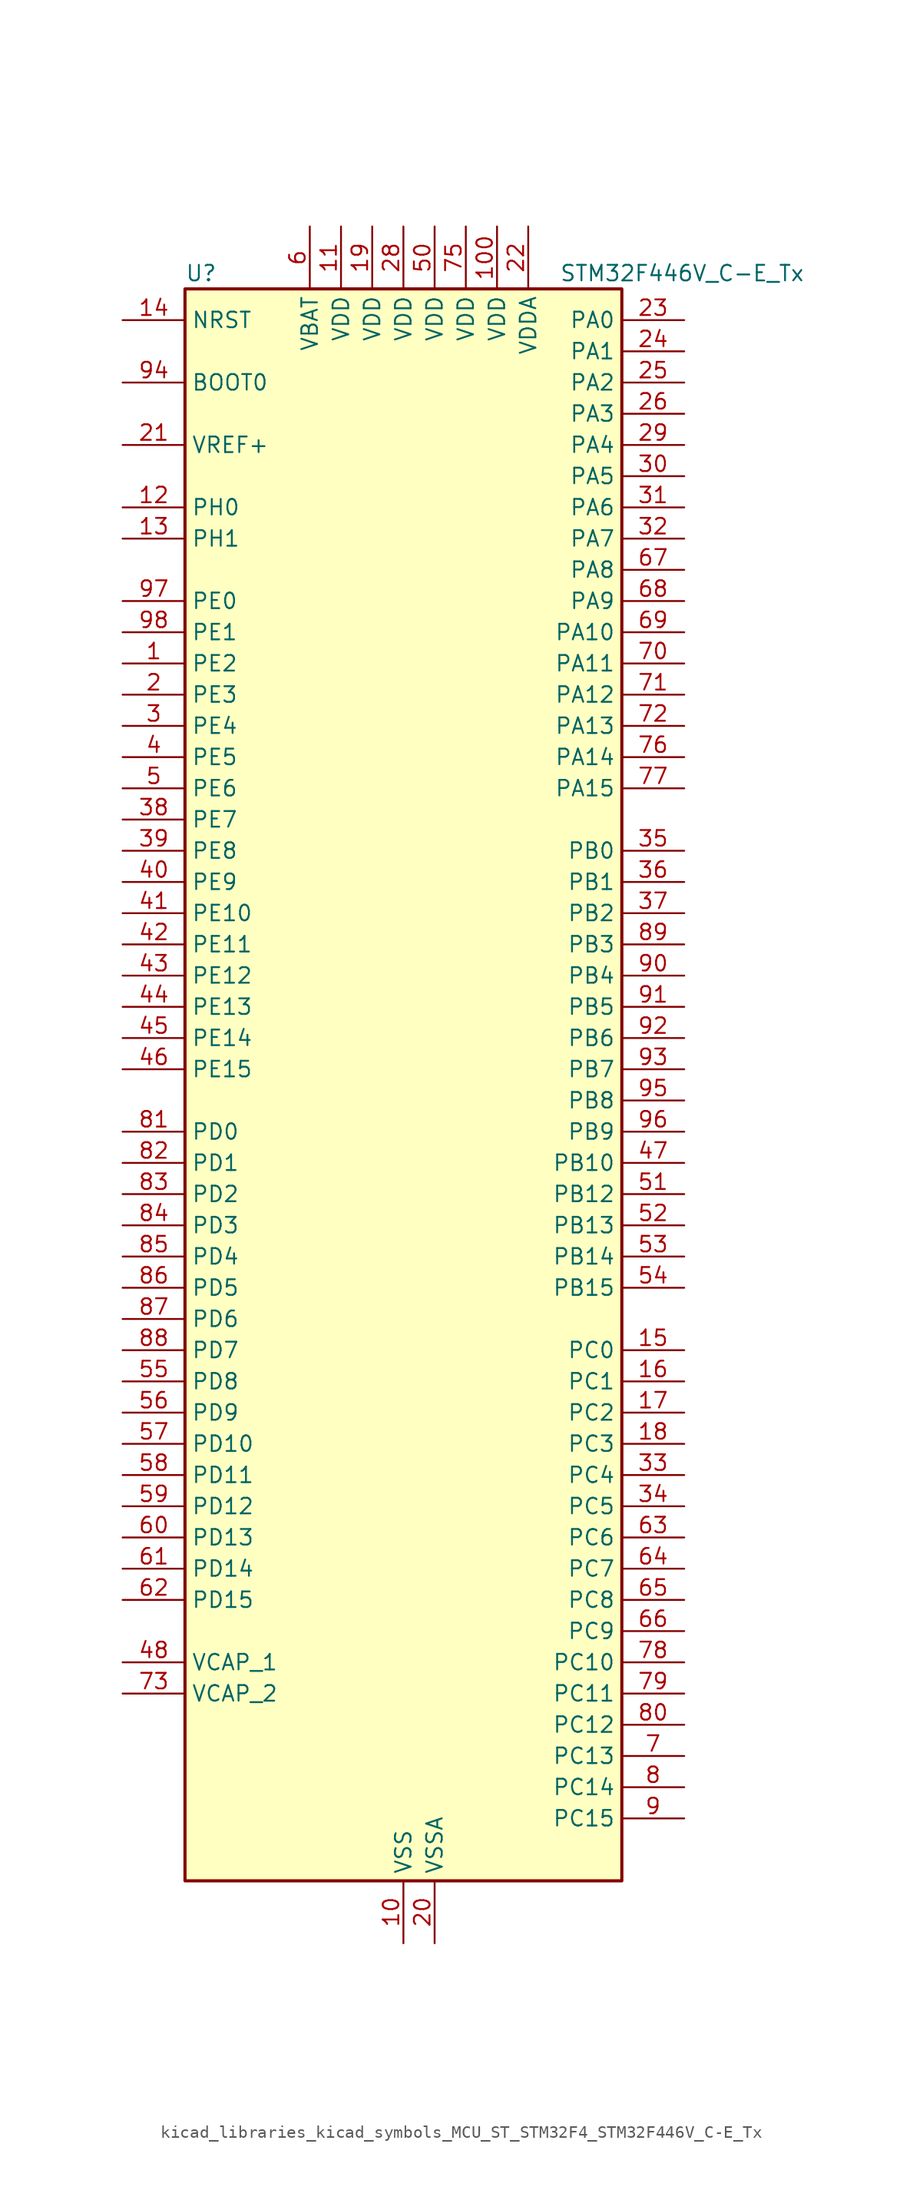
<source format=kicad_sym>
(kicad_symbol_lib
  (version 20220914)
  (generator kicad_symbol_editor)
  (symbol "kicad_libraries_kicad_symbols_MCU_ST_STM32F4_STM32F446V_C-E_Tx"
    (property "Reference" "U"
      (at -17.78 67.31 0)
      (effects (font (size 1.27 1.27)) (justify left)))
    (property "Value" "STM32F446V_C-E_Tx"
      (at 12.7 67.31 0)
      (effects (font (size 1.27 1.27)) (justify left)))
    (property "ki_locked" ""
      (at 0 0 0)
      (effects (font (size 1.27 1.27))))
    (symbol "kicad_libraries_kicad_symbols_MCU_ST_STM32F4_STM32F446V_C-E_Tx_0_1"
      (rectangle (start -17.78 -63.5) (end 17.78 66.04) (stroke (width 0.254) (type default)) (fill (type background))))
    (symbol "kicad_libraries_kicad_symbols_MCU_ST_STM32F4_STM32F446V_C-E_Tx_1_1"
      (pin bidirectional line (at -22.86 35.56 0) (length 5.08) (name "PE2" (effects (font (size 1.27 1.27)))) (number "1" (effects (font (size 1.27 1.27)))) (alternate "FMC_A23" bidirectional line) (alternate "QUADSPI_BK1_IO2" bidirectional line) (alternate "SAI1_MCLK_A" bidirectional line) (alternate "SPI4_SCK" bidirectional line) (alternate "SYS_TRACECLK" bidirectional line))
      (pin power_in line (at 0 -68.58 90) (length 5.08) (name "VSS" (effects (font (size 1.27 1.27)))) (number "10" (effects (font (size 1.27 1.27)))))
      (pin power_in line (at 7.62 71.12 270) (length 5.08) (name "VDD" (effects (font (size 1.27 1.27)))) (number "100" (effects (font (size 1.27 1.27)))))
      (pin power_in line (at -5.08 71.12 270) (length 5.08) (name "VDD" (effects (font (size 1.27 1.27)))) (number "11" (effects (font (size 1.27 1.27)))))
      (pin bidirectional line (at -22.86 48.26 0) (length 5.08) (name "PH0" (effects (font (size 1.27 1.27)))) (number "12" (effects (font (size 1.27 1.27)))) (alternate "RCC_OSC_IN" bidirectional line))
      (pin bidirectional line (at -22.86 45.72 0) (length 5.08) (name "PH1" (effects (font (size 1.27 1.27)))) (number "13" (effects (font (size 1.27 1.27)))) (alternate "RCC_OSC_OUT" bidirectional line))
      (pin input line (at -22.86 63.5 0) (length 5.08) (name "NRST" (effects (font (size 1.27 1.27)))) (number "14" (effects (font (size 1.27 1.27)))))
      (pin bidirectional line (at 22.86 -20.32 180) (length 5.08) (name "PC0" (effects (font (size 1.27 1.27)))) (number "15" (effects (font (size 1.27 1.27)))) (alternate "ADC1_IN10" bidirectional line) (alternate "ADC2_IN10" bidirectional line) (alternate "ADC3_IN10" bidirectional line) (alternate "FMC_SDNWE" bidirectional line) (alternate "SAI1_MCLK_B" bidirectional line) (alternate "USB_OTG_HS_ULPI_STP" bidirectional line))
      (pin bidirectional line (at 22.86 -22.86 180) (length 5.08) (name "PC1" (effects (font (size 1.27 1.27)))) (number "16" (effects (font (size 1.27 1.27)))) (alternate "ADC1_IN11" bidirectional line) (alternate "ADC2_IN11" bidirectional line) (alternate "ADC3_IN11" bidirectional line) (alternate "I2S2_SD" bidirectional line) (alternate "I2S3_SD" bidirectional line) (alternate "SAI1_SD_A" bidirectional line) (alternate "SPI2_MOSI" bidirectional line) (alternate "SPI3_MOSI" bidirectional line))
      (pin bidirectional line (at 22.86 -25.4 180) (length 5.08) (name "PC2" (effects (font (size 1.27 1.27)))) (number "17" (effects (font (size 1.27 1.27)))) (alternate "ADC1_IN12" bidirectional line) (alternate "ADC2_IN12" bidirectional line) (alternate "ADC3_IN12" bidirectional line) (alternate "FMC_SDNE0" bidirectional line) (alternate "SPI2_MISO" bidirectional line) (alternate "USB_OTG_HS_ULPI_DIR" bidirectional line))
      (pin bidirectional line (at 22.86 -27.94 180) (length 5.08) (name "PC3" (effects (font (size 1.27 1.27)))) (number "18" (effects (font (size 1.27 1.27)))) (alternate "ADC1_IN13" bidirectional line) (alternate "ADC2_IN13" bidirectional line) (alternate "ADC3_IN13" bidirectional line) (alternate "FMC_SDCKE0" bidirectional line) (alternate "I2S2_SD" bidirectional line) (alternate "SPI2_MOSI" bidirectional line) (alternate "USB_OTG_HS_ULPI_NXT" bidirectional line))
      (pin power_in line (at -2.54 71.12 270) (length 5.08) (name "VDD" (effects (font (size 1.27 1.27)))) (number "19" (effects (font (size 1.27 1.27)))))
      (pin bidirectional line (at -22.86 33.02 0) (length 5.08) (name "PE3" (effects (font (size 1.27 1.27)))) (number "2" (effects (font (size 1.27 1.27)))) (alternate "FMC_A19" bidirectional line) (alternate "SAI1_SD_B" bidirectional line) (alternate "SYS_TRACED0" bidirectional line))
      (pin power_in line (at 2.54 -68.58 90) (length 5.08) (name "VSSA" (effects (font (size 1.27 1.27)))) (number "20" (effects (font (size 1.27 1.27)))))
      (pin input line (at -22.86 53.34 0) (length 5.08) (name "VREF+" (effects (font (size 1.27 1.27)))) (number "21" (effects (font (size 1.27 1.27)))))
      (pin power_in line (at 10.16 71.12 270) (length 5.08) (name "VDDA" (effects (font (size 1.27 1.27)))) (number "22" (effects (font (size 1.27 1.27)))))
      (pin bidirectional line (at 22.86 63.5 180) (length 5.08) (name "PA0" (effects (font (size 1.27 1.27)))) (number "23" (effects (font (size 1.27 1.27)))) (alternate "ADC1_IN0" bidirectional line) (alternate "ADC2_IN0" bidirectional line) (alternate "ADC3_IN0" bidirectional line) (alternate "RTC_AF2" bidirectional line) (alternate "SYS_WKUP0" bidirectional line) (alternate "TIM2_CH1" bidirectional line) (alternate "TIM2_ETR" bidirectional line) (alternate "TIM5_CH1" bidirectional line) (alternate "TIM8_ETR" bidirectional line) (alternate "UART4_TX" bidirectional line) (alternate "USART2_CTS" bidirectional line))
      (pin bidirectional line (at 22.86 60.96 180) (length 5.08) (name "PA1" (effects (font (size 1.27 1.27)))) (number "24" (effects (font (size 1.27 1.27)))) (alternate "ADC1_IN1" bidirectional line) (alternate "ADC2_IN1" bidirectional line) (alternate "ADC3_IN1" bidirectional line) (alternate "QUADSPI_BK1_IO3" bidirectional line) (alternate "SAI2_MCLK_B" bidirectional line) (alternate "TIM2_CH2" bidirectional line) (alternate "TIM5_CH2" bidirectional line) (alternate "UART4_RX" bidirectional line) (alternate "USART2_RTS" bidirectional line))
      (pin bidirectional line (at 22.86 58.42 180) (length 5.08) (name "PA2" (effects (font (size 1.27 1.27)))) (number "25" (effects (font (size 1.27 1.27)))) (alternate "ADC1_IN2" bidirectional line) (alternate "ADC2_IN2" bidirectional line) (alternate "ADC3_IN2" bidirectional line) (alternate "SAI2_SCK_B" bidirectional line) (alternate "TIM2_CH3" bidirectional line) (alternate "TIM5_CH3" bidirectional line) (alternate "TIM9_CH1" bidirectional line) (alternate "USART2_TX" bidirectional line))
      (pin bidirectional line (at 22.86 55.88 180) (length 5.08) (name "PA3" (effects (font (size 1.27 1.27)))) (number "26" (effects (font (size 1.27 1.27)))) (alternate "ADC1_IN3" bidirectional line) (alternate "ADC2_IN3" bidirectional line) (alternate "ADC3_IN3" bidirectional line) (alternate "SAI1_FS_A" bidirectional line) (alternate "TIM2_CH4" bidirectional line) (alternate "TIM5_CH4" bidirectional line) (alternate "TIM9_CH2" bidirectional line) (alternate "USART2_RX" bidirectional line) (alternate "USB_OTG_HS_ULPI_D0" bidirectional line))
      (pin passive line (at 0 -68.58 90) (length 5.08) hide (name "VSS" (effects (font (size 1.27 1.27)))) (number "27" (effects (font (size 1.27 1.27)))))
      (pin power_in line (at 0 71.12 270) (length 5.08) (name "VDD" (effects (font (size 1.27 1.27)))) (number "28" (effects (font (size 1.27 1.27)))))
      (pin bidirectional line (at 22.86 53.34 180) (length 5.08) (name "PA4" (effects (font (size 1.27 1.27)))) (number "29" (effects (font (size 1.27 1.27)))) (alternate "ADC1_IN4" bidirectional line) (alternate "ADC2_IN4" bidirectional line) (alternate "DAC_OUT1" bidirectional line) (alternate "DCMI_HSYNC" bidirectional line) (alternate "I2S1_WS" bidirectional line) (alternate "I2S3_WS" bidirectional line) (alternate "SPI1_NSS" bidirectional line) (alternate "SPI3_NSS" bidirectional line) (alternate "USART2_CK" bidirectional line) (alternate "USB_OTG_HS_SOF" bidirectional line))
      (pin bidirectional line (at -22.86 30.48 0) (length 5.08) (name "PE4" (effects (font (size 1.27 1.27)))) (number "3" (effects (font (size 1.27 1.27)))) (alternate "DCMI_D4" bidirectional line) (alternate "FMC_A20" bidirectional line) (alternate "SAI1_FS_A" bidirectional line) (alternate "SPI4_NSS" bidirectional line) (alternate "SYS_TRACED1" bidirectional line))
      (pin bidirectional line (at 22.86 50.8 180) (length 5.08) (name "PA5" (effects (font (size 1.27 1.27)))) (number "30" (effects (font (size 1.27 1.27)))) (alternate "ADC1_IN5" bidirectional line) (alternate "ADC2_IN5" bidirectional line) (alternate "DAC_OUT2" bidirectional line) (alternate "I2S1_CK" bidirectional line) (alternate "SPI1_SCK" bidirectional line) (alternate "TIM2_CH1" bidirectional line) (alternate "TIM2_ETR" bidirectional line) (alternate "TIM8_CH1N" bidirectional line) (alternate "USB_OTG_HS_ULPI_CK" bidirectional line))
      (pin bidirectional line (at 22.86 48.26 180) (length 5.08) (name "PA6" (effects (font (size 1.27 1.27)))) (number "31" (effects (font (size 1.27 1.27)))) (alternate "ADC1_IN6" bidirectional line) (alternate "ADC2_IN6" bidirectional line) (alternate "DCMI_PIXCLK" bidirectional line) (alternate "I2S2_MCK" bidirectional line) (alternate "SPI1_MISO" bidirectional line) (alternate "TIM13_CH1" bidirectional line) (alternate "TIM1_BKIN" bidirectional line) (alternate "TIM3_CH1" bidirectional line) (alternate "TIM8_BKIN" bidirectional line))
      (pin bidirectional line (at 22.86 45.72 180) (length 5.08) (name "PA7" (effects (font (size 1.27 1.27)))) (number "32" (effects (font (size 1.27 1.27)))) (alternate "ADC1_IN7" bidirectional line) (alternate "ADC2_IN7" bidirectional line) (alternate "FMC_SDNWE" bidirectional line) (alternate "I2S1_SD" bidirectional line) (alternate "SPI1_MOSI" bidirectional line) (alternate "TIM14_CH1" bidirectional line) (alternate "TIM1_CH1N" bidirectional line) (alternate "TIM3_CH2" bidirectional line) (alternate "TIM8_CH1N" bidirectional line))
      (pin bidirectional line (at 22.86 -30.48 180) (length 5.08) (name "PC4" (effects (font (size 1.27 1.27)))) (number "33" (effects (font (size 1.27 1.27)))) (alternate "ADC1_IN14" bidirectional line) (alternate "ADC2_IN14" bidirectional line) (alternate "FMC_SDNE0" bidirectional line) (alternate "I2S1_MCK" bidirectional line) (alternate "SPDIFRX_IN2" bidirectional line))
      (pin bidirectional line (at 22.86 -33.02 180) (length 5.08) (name "PC5" (effects (font (size 1.27 1.27)))) (number "34" (effects (font (size 1.27 1.27)))) (alternate "ADC1_IN15" bidirectional line) (alternate "ADC2_IN15" bidirectional line) (alternate "FMC_SDCKE0" bidirectional line) (alternate "SPDIFRX_IN3" bidirectional line) (alternate "USART3_RX" bidirectional line))
      (pin bidirectional line (at 22.86 20.32 180) (length 5.08) (name "PB0" (effects (font (size 1.27 1.27)))) (number "35" (effects (font (size 1.27 1.27)))) (alternate "ADC1_IN8" bidirectional line) (alternate "ADC2_IN8" bidirectional line) (alternate "I2S3_SD" bidirectional line) (alternate "SDIO_D1" bidirectional line) (alternate "SPI3_MOSI" bidirectional line) (alternate "TIM1_CH2N" bidirectional line) (alternate "TIM3_CH3" bidirectional line) (alternate "TIM8_CH2N" bidirectional line) (alternate "UART4_CTS" bidirectional line) (alternate "USB_OTG_HS_ULPI_D1" bidirectional line))
      (pin bidirectional line (at 22.86 17.78 180) (length 5.08) (name "PB1" (effects (font (size 1.27 1.27)))) (number "36" (effects (font (size 1.27 1.27)))) (alternate "ADC1_IN9" bidirectional line) (alternate "ADC2_IN9" bidirectional line) (alternate "SDIO_D2" bidirectional line) (alternate "TIM1_CH3N" bidirectional line) (alternate "TIM3_CH4" bidirectional line) (alternate "TIM8_CH3N" bidirectional line) (alternate "USB_OTG_HS_ULPI_D2" bidirectional line))
      (pin bidirectional line (at 22.86 15.24 180) (length 5.08) (name "PB2" (effects (font (size 1.27 1.27)))) (number "37" (effects (font (size 1.27 1.27)))) (alternate "I2S3_SD" bidirectional line) (alternate "QUADSPI_CLK" bidirectional line) (alternate "SAI1_SD_A" bidirectional line) (alternate "SDIO_CK" bidirectional line) (alternate "SPI3_MOSI" bidirectional line) (alternate "TIM2_CH4" bidirectional line) (alternate "USB_OTG_HS_ULPI_D4" bidirectional line))
      (pin bidirectional line (at -22.86 22.86 0) (length 5.08) (name "PE7" (effects (font (size 1.27 1.27)))) (number "38" (effects (font (size 1.27 1.27)))) (alternate "FMC_D4" bidirectional line) (alternate "FMC_DA4" bidirectional line) (alternate "QUADSPI_BK2_IO0" bidirectional line) (alternate "TIM1_ETR" bidirectional line) (alternate "UART5_RX" bidirectional line))
      (pin bidirectional line (at -22.86 20.32 0) (length 5.08) (name "PE8" (effects (font (size 1.27 1.27)))) (number "39" (effects (font (size 1.27 1.27)))) (alternate "FMC_D5" bidirectional line) (alternate "FMC_DA5" bidirectional line) (alternate "QUADSPI_BK2_IO1" bidirectional line) (alternate "TIM1_CH1N" bidirectional line) (alternate "UART5_TX" bidirectional line))
      (pin bidirectional line (at -22.86 27.94 0) (length 5.08) (name "PE5" (effects (font (size 1.27 1.27)))) (number "4" (effects (font (size 1.27 1.27)))) (alternate "DCMI_D6" bidirectional line) (alternate "FMC_A21" bidirectional line) (alternate "SAI1_SCK_A" bidirectional line) (alternate "SPI4_MISO" bidirectional line) (alternate "SYS_TRACED2" bidirectional line) (alternate "TIM9_CH1" bidirectional line))
      (pin bidirectional line (at -22.86 17.78 0) (length 5.08) (name "PE9" (effects (font (size 1.27 1.27)))) (number "40" (effects (font (size 1.27 1.27)))) (alternate "DAC_EXTI9" bidirectional line) (alternate "FMC_D6" bidirectional line) (alternate "FMC_DA6" bidirectional line) (alternate "QUADSPI_BK2_IO2" bidirectional line) (alternate "TIM1_CH1" bidirectional line))
      (pin bidirectional line (at -22.86 15.24 0) (length 5.08) (name "PE10" (effects (font (size 1.27 1.27)))) (number "41" (effects (font (size 1.27 1.27)))) (alternate "FMC_D7" bidirectional line) (alternate "FMC_DA7" bidirectional line) (alternate "QUADSPI_BK2_IO3" bidirectional line) (alternate "TIM1_CH2N" bidirectional line))
      (pin bidirectional line (at -22.86 12.7 0) (length 5.08) (name "PE11" (effects (font (size 1.27 1.27)))) (number "42" (effects (font (size 1.27 1.27)))) (alternate "ADC1_EXTI11" bidirectional line) (alternate "ADC2_EXTI11" bidirectional line) (alternate "ADC3_EXTI11" bidirectional line) (alternate "FMC_D8" bidirectional line) (alternate "FMC_DA8" bidirectional line) (alternate "SAI2_SD_B" bidirectional line) (alternate "SPI4_NSS" bidirectional line) (alternate "TIM1_CH2" bidirectional line))
      (pin bidirectional line (at -22.86 10.16 0) (length 5.08) (name "PE12" (effects (font (size 1.27 1.27)))) (number "43" (effects (font (size 1.27 1.27)))) (alternate "FMC_D9" bidirectional line) (alternate "FMC_DA9" bidirectional line) (alternate "SAI2_SCK_B" bidirectional line) (alternate "SPI4_SCK" bidirectional line) (alternate "TIM1_CH3N" bidirectional line))
      (pin bidirectional line (at -22.86 7.62 0) (length 5.08) (name "PE13" (effects (font (size 1.27 1.27)))) (number "44" (effects (font (size 1.27 1.27)))) (alternate "FMC_D10" bidirectional line) (alternate "FMC_DA10" bidirectional line) (alternate "SAI2_FS_B" bidirectional line) (alternate "SPI4_MISO" bidirectional line) (alternate "TIM1_CH3" bidirectional line))
      (pin bidirectional line (at -22.86 5.08 0) (length 5.08) (name "PE14" (effects (font (size 1.27 1.27)))) (number "45" (effects (font (size 1.27 1.27)))) (alternate "FMC_D11" bidirectional line) (alternate "FMC_DA11" bidirectional line) (alternate "SAI2_MCLK_B" bidirectional line) (alternate "SPI4_MOSI" bidirectional line) (alternate "TIM1_CH4" bidirectional line))
      (pin bidirectional line (at -22.86 2.54 0) (length 5.08) (name "PE15" (effects (font (size 1.27 1.27)))) (number "46" (effects (font (size 1.27 1.27)))) (alternate "ADC1_EXTI15" bidirectional line) (alternate "ADC2_EXTI15" bidirectional line) (alternate "ADC3_EXTI15" bidirectional line) (alternate "FMC_D12" bidirectional line) (alternate "FMC_DA12" bidirectional line) (alternate "TIM1_BKIN" bidirectional line))
      (pin bidirectional line (at 22.86 -5.08 180) (length 5.08) (name "PB10" (effects (font (size 1.27 1.27)))) (number "47" (effects (font (size 1.27 1.27)))) (alternate "I2C2_SCL" bidirectional line) (alternate "I2S2_CK" bidirectional line) (alternate "SAI1_SCK_A" bidirectional line) (alternate "SPI2_SCK" bidirectional line) (alternate "TIM2_CH3" bidirectional line) (alternate "USART3_TX" bidirectional line) (alternate "USB_OTG_HS_ULPI_D3" bidirectional line))
      (pin power_out line (at -22.86 -45.72 0) (length 5.08) (name "VCAP_1" (effects (font (size 1.27 1.27)))) (number "48" (effects (font (size 1.27 1.27)))))
      (pin passive line (at 0 -68.58 90) (length 5.08) hide (name "VSS" (effects (font (size 1.27 1.27)))) (number "49" (effects (font (size 1.27 1.27)))))
      (pin bidirectional line (at -22.86 25.4 0) (length 5.08) (name "PE6" (effects (font (size 1.27 1.27)))) (number "5" (effects (font (size 1.27 1.27)))) (alternate "DCMI_D7" bidirectional line) (alternate "FMC_A22" bidirectional line) (alternate "SAI1_SD_A" bidirectional line) (alternate "SPI4_MOSI" bidirectional line) (alternate "SYS_TRACED3" bidirectional line) (alternate "TIM9_CH2" bidirectional line))
      (pin power_in line (at 2.54 71.12 270) (length 5.08) (name "VDD" (effects (font (size 1.27 1.27)))) (number "50" (effects (font (size 1.27 1.27)))))
      (pin bidirectional line (at 22.86 -7.62 180) (length 5.08) (name "PB12" (effects (font (size 1.27 1.27)))) (number "51" (effects (font (size 1.27 1.27)))) (alternate "CAN2_RX" bidirectional line) (alternate "I2C2_SMBA" bidirectional line) (alternate "I2S2_WS" bidirectional line) (alternate "SAI1_SCK_B" bidirectional line) (alternate "SPI2_NSS" bidirectional line) (alternate "TIM1_BKIN" bidirectional line) (alternate "USART3_CK" bidirectional line) (alternate "USB_OTG_HS_ID" bidirectional line) (alternate "USB_OTG_HS_ULPI_D5" bidirectional line))
      (pin bidirectional line (at 22.86 -10.16 180) (length 5.08) (name "PB13" (effects (font (size 1.27 1.27)))) (number "52" (effects (font (size 1.27 1.27)))) (alternate "CAN2_TX" bidirectional line) (alternate "I2S2_CK" bidirectional line) (alternate "SPI2_SCK" bidirectional line) (alternate "TIM1_CH1N" bidirectional line) (alternate "USART3_CTS" bidirectional line) (alternate "USB_OTG_HS_ULPI_D6" bidirectional line) (alternate "USB_OTG_HS_VBUS" bidirectional line))
      (pin bidirectional line (at 22.86 -12.7 180) (length 5.08) (name "PB14" (effects (font (size 1.27 1.27)))) (number "53" (effects (font (size 1.27 1.27)))) (alternate "SPI2_MISO" bidirectional line) (alternate "TIM12_CH1" bidirectional line) (alternate "TIM1_CH2N" bidirectional line) (alternate "TIM8_CH2N" bidirectional line) (alternate "USART3_RTS" bidirectional line) (alternate "USB_OTG_HS_DM" bidirectional line))
      (pin bidirectional line (at 22.86 -15.24 180) (length 5.08) (name "PB15" (effects (font (size 1.27 1.27)))) (number "54" (effects (font (size 1.27 1.27)))) (alternate "ADC1_EXTI15" bidirectional line) (alternate "ADC2_EXTI15" bidirectional line) (alternate "ADC3_EXTI15" bidirectional line) (alternate "I2S2_SD" bidirectional line) (alternate "RTC_REFIN" bidirectional line) (alternate "SPI2_MOSI" bidirectional line) (alternate "TIM12_CH2" bidirectional line) (alternate "TIM1_CH3N" bidirectional line) (alternate "TIM8_CH3N" bidirectional line) (alternate "USB_OTG_HS_DP" bidirectional line))
      (pin bidirectional line (at -22.86 -22.86 0) (length 5.08) (name "PD8" (effects (font (size 1.27 1.27)))) (number "55" (effects (font (size 1.27 1.27)))) (alternate "FMC_D13" bidirectional line) (alternate "FMC_DA13" bidirectional line) (alternate "SPDIFRX_IN1" bidirectional line) (alternate "USART3_TX" bidirectional line))
      (pin bidirectional line (at -22.86 -25.4 0) (length 5.08) (name "PD9" (effects (font (size 1.27 1.27)))) (number "56" (effects (font (size 1.27 1.27)))) (alternate "DAC_EXTI9" bidirectional line) (alternate "FMC_D14" bidirectional line) (alternate "FMC_DA14" bidirectional line) (alternate "USART3_RX" bidirectional line))
      (pin bidirectional line (at -22.86 -27.94 0) (length 5.08) (name "PD10" (effects (font (size 1.27 1.27)))) (number "57" (effects (font (size 1.27 1.27)))) (alternate "FMC_D15" bidirectional line) (alternate "FMC_DA15" bidirectional line) (alternate "USART3_CK" bidirectional line))
      (pin bidirectional line (at -22.86 -30.48 0) (length 5.08) (name "PD11" (effects (font (size 1.27 1.27)))) (number "58" (effects (font (size 1.27 1.27)))) (alternate "ADC1_EXTI11" bidirectional line) (alternate "ADC2_EXTI11" bidirectional line) (alternate "ADC3_EXTI11" bidirectional line) (alternate "FMC_A16" bidirectional line) (alternate "FMPI2C1_SMBA" bidirectional line) (alternate "QUADSPI_BK1_IO0" bidirectional line) (alternate "SAI2_SD_A" bidirectional line) (alternate "USART3_CTS" bidirectional line))
      (pin bidirectional line (at -22.86 -33.02 0) (length 5.08) (name "PD12" (effects (font (size 1.27 1.27)))) (number "59" (effects (font (size 1.27 1.27)))) (alternate "FMC_A17" bidirectional line) (alternate "FMPI2C1_SCL" bidirectional line) (alternate "QUADSPI_BK1_IO1" bidirectional line) (alternate "SAI2_FS_A" bidirectional line) (alternate "TIM4_CH1" bidirectional line) (alternate "USART3_RTS" bidirectional line))
      (pin power_in line (at -7.62 71.12 270) (length 5.08) (name "VBAT" (effects (font (size 1.27 1.27)))) (number "6" (effects (font (size 1.27 1.27)))))
      (pin bidirectional line (at -22.86 -35.56 0) (length 5.08) (name "PD13" (effects (font (size 1.27 1.27)))) (number "60" (effects (font (size 1.27 1.27)))) (alternate "FMC_A18" bidirectional line) (alternate "FMPI2C1_SDA" bidirectional line) (alternate "QUADSPI_BK1_IO3" bidirectional line) (alternate "SAI2_SCK_A" bidirectional line) (alternate "TIM4_CH2" bidirectional line))
      (pin bidirectional line (at -22.86 -38.1 0) (length 5.08) (name "PD14" (effects (font (size 1.27 1.27)))) (number "61" (effects (font (size 1.27 1.27)))) (alternate "FMC_D0" bidirectional line) (alternate "FMC_DA0" bidirectional line) (alternate "FMPI2C1_SCL" bidirectional line) (alternate "SAI2_SCK_A" bidirectional line) (alternate "TIM4_CH3" bidirectional line))
      (pin bidirectional line (at -22.86 -40.64 0) (length 5.08) (name "PD15" (effects (font (size 1.27 1.27)))) (number "62" (effects (font (size 1.27 1.27)))) (alternate "ADC1_EXTI15" bidirectional line) (alternate "ADC2_EXTI15" bidirectional line) (alternate "ADC3_EXTI15" bidirectional line) (alternate "FMC_D1" bidirectional line) (alternate "FMC_DA1" bidirectional line) (alternate "FMPI2C1_SDA" bidirectional line) (alternate "TIM4_CH4" bidirectional line))
      (pin bidirectional line (at 22.86 -35.56 180) (length 5.08) (name "PC6" (effects (font (size 1.27 1.27)))) (number "63" (effects (font (size 1.27 1.27)))) (alternate "DCMI_D0" bidirectional line) (alternate "FMPI2C1_SCL" bidirectional line) (alternate "I2S2_MCK" bidirectional line) (alternate "SDIO_D6" bidirectional line) (alternate "TIM3_CH1" bidirectional line) (alternate "TIM8_CH1" bidirectional line) (alternate "USART6_TX" bidirectional line))
      (pin bidirectional line (at 22.86 -38.1 180) (length 5.08) (name "PC7" (effects (font (size 1.27 1.27)))) (number "64" (effects (font (size 1.27 1.27)))) (alternate "DCMI_D1" bidirectional line) (alternate "FMPI2C1_SDA" bidirectional line) (alternate "I2S2_CK" bidirectional line) (alternate "I2S3_MCK" bidirectional line) (alternate "SDIO_D7" bidirectional line) (alternate "SPDIFRX_IN1" bidirectional line) (alternate "SPI2_SCK" bidirectional line) (alternate "TIM3_CH2" bidirectional line) (alternate "TIM8_CH2" bidirectional line) (alternate "USART6_RX" bidirectional line))
      (pin bidirectional line (at 22.86 -40.64 180) (length 5.08) (name "PC8" (effects (font (size 1.27 1.27)))) (number "65" (effects (font (size 1.27 1.27)))) (alternate "DCMI_D2" bidirectional line) (alternate "SDIO_D0" bidirectional line) (alternate "SYS_TRACED0" bidirectional line) (alternate "TIM3_CH3" bidirectional line) (alternate "TIM8_CH3" bidirectional line) (alternate "UART5_RTS" bidirectional line) (alternate "USART6_CK" bidirectional line))
      (pin bidirectional line (at 22.86 -43.18 180) (length 5.08) (name "PC9" (effects (font (size 1.27 1.27)))) (number "66" (effects (font (size 1.27 1.27)))) (alternate "DAC_EXTI9" bidirectional line) (alternate "DCMI_D3" bidirectional line) (alternate "I2C3_SDA" bidirectional line) (alternate "I2S_CKIN" bidirectional line) (alternate "QUADSPI_BK1_IO0" bidirectional line) (alternate "RCC_MCO_2" bidirectional line) (alternate "SDIO_D1" bidirectional line) (alternate "TIM3_CH4" bidirectional line) (alternate "TIM8_CH4" bidirectional line) (alternate "UART5_CTS" bidirectional line))
      (pin bidirectional line (at 22.86 43.18 180) (length 5.08) (name "PA8" (effects (font (size 1.27 1.27)))) (number "67" (effects (font (size 1.27 1.27)))) (alternate "I2C3_SCL" bidirectional line) (alternate "RCC_MCO_1" bidirectional line) (alternate "TIM1_CH1" bidirectional line) (alternate "USART1_CK" bidirectional line) (alternate "USB_OTG_FS_SOF" bidirectional line))
      (pin bidirectional line (at 22.86 40.64 180) (length 5.08) (name "PA9" (effects (font (size 1.27 1.27)))) (number "68" (effects (font (size 1.27 1.27)))) (alternate "DAC_EXTI9" bidirectional line) (alternate "DCMI_D0" bidirectional line) (alternate "I2C3_SMBA" bidirectional line) (alternate "I2S2_CK" bidirectional line) (alternate "SAI1_SD_B" bidirectional line) (alternate "SPI2_SCK" bidirectional line) (alternate "TIM1_CH2" bidirectional line) (alternate "USART1_TX" bidirectional line) (alternate "USB_OTG_FS_VBUS" bidirectional line))
      (pin bidirectional line (at 22.86 38.1 180) (length 5.08) (name "PA10" (effects (font (size 1.27 1.27)))) (number "69" (effects (font (size 1.27 1.27)))) (alternate "DCMI_D1" bidirectional line) (alternate "TIM1_CH3" bidirectional line) (alternate "USART1_RX" bidirectional line) (alternate "USB_OTG_FS_ID" bidirectional line))
      (pin bidirectional line (at 22.86 -53.34 180) (length 5.08) (name "PC13" (effects (font (size 1.27 1.27)))) (number "7" (effects (font (size 1.27 1.27)))) (alternate "RTC_AF1" bidirectional line) (alternate "SYS_WKUP1" bidirectional line))
      (pin bidirectional line (at 22.86 35.56 180) (length 5.08) (name "PA11" (effects (font (size 1.27 1.27)))) (number "70" (effects (font (size 1.27 1.27)))) (alternate "ADC1_EXTI11" bidirectional line) (alternate "ADC2_EXTI11" bidirectional line) (alternate "ADC3_EXTI11" bidirectional line) (alternate "CAN1_RX" bidirectional line) (alternate "TIM1_CH4" bidirectional line) (alternate "USART1_CTS" bidirectional line) (alternate "USB_OTG_FS_DM" bidirectional line))
      (pin bidirectional line (at 22.86 33.02 180) (length 5.08) (name "PA12" (effects (font (size 1.27 1.27)))) (number "71" (effects (font (size 1.27 1.27)))) (alternate "CAN1_TX" bidirectional line) (alternate "SAI2_FS_B" bidirectional line) (alternate "TIM1_ETR" bidirectional line) (alternate "USART1_RTS" bidirectional line) (alternate "USB_OTG_FS_DP" bidirectional line))
      (pin bidirectional line (at 22.86 30.48 180) (length 5.08) (name "PA13" (effects (font (size 1.27 1.27)))) (number "72" (effects (font (size 1.27 1.27)))) (alternate "SYS_JTMS-SWDIO" bidirectional line))
      (pin power_out line (at -22.86 -48.26 0) (length 5.08) (name "VCAP_2" (effects (font (size 1.27 1.27)))) (number "73" (effects (font (size 1.27 1.27)))))
      (pin passive line (at 0 -68.58 90) (length 5.08) hide (name "VSS" (effects (font (size 1.27 1.27)))) (number "74" (effects (font (size 1.27 1.27)))))
      (pin power_in line (at 5.08 71.12 270) (length 5.08) (name "VDD" (effects (font (size 1.27 1.27)))) (number "75" (effects (font (size 1.27 1.27)))))
      (pin bidirectional line (at 22.86 27.94 180) (length 5.08) (name "PA14" (effects (font (size 1.27 1.27)))) (number "76" (effects (font (size 1.27 1.27)))) (alternate "SYS_JTCK-SWCLK" bidirectional line))
      (pin bidirectional line (at 22.86 25.4 180) (length 5.08) (name "PA15" (effects (font (size 1.27 1.27)))) (number "77" (effects (font (size 1.27 1.27)))) (alternate "ADC1_EXTI15" bidirectional line) (alternate "ADC2_EXTI15" bidirectional line) (alternate "ADC3_EXTI15" bidirectional line) (alternate "CEC" bidirectional line) (alternate "I2S1_WS" bidirectional line) (alternate "I2S3_WS" bidirectional line) (alternate "SPI1_NSS" bidirectional line) (alternate "SPI3_NSS" bidirectional line) (alternate "SYS_JTDI" bidirectional line) (alternate "TIM2_CH1" bidirectional line) (alternate "TIM2_ETR" bidirectional line) (alternate "UART4_RTS" bidirectional line))
      (pin bidirectional line (at 22.86 -45.72 180) (length 5.08) (name "PC10" (effects (font (size 1.27 1.27)))) (number "78" (effects (font (size 1.27 1.27)))) (alternate "DCMI_D8" bidirectional line) (alternate "I2S3_CK" bidirectional line) (alternate "QUADSPI_BK1_IO1" bidirectional line) (alternate "SDIO_D2" bidirectional line) (alternate "SPI3_SCK" bidirectional line) (alternate "UART4_TX" bidirectional line) (alternate "USART3_TX" bidirectional line))
      (pin bidirectional line (at 22.86 -48.26 180) (length 5.08) (name "PC11" (effects (font (size 1.27 1.27)))) (number "79" (effects (font (size 1.27 1.27)))) (alternate "ADC1_EXTI11" bidirectional line) (alternate "ADC2_EXTI11" bidirectional line) (alternate "ADC3_EXTI11" bidirectional line) (alternate "DCMI_D4" bidirectional line) (alternate "QUADSPI_BK2_NCS" bidirectional line) (alternate "SDIO_D3" bidirectional line) (alternate "SPI3_MISO" bidirectional line) (alternate "UART4_RX" bidirectional line) (alternate "USART3_RX" bidirectional line))
      (pin bidirectional line (at 22.86 -55.88 180) (length 5.08) (name "PC14" (effects (font (size 1.27 1.27)))) (number "8" (effects (font (size 1.27 1.27)))) (alternate "RCC_OSC32_IN" bidirectional line))
      (pin bidirectional line (at 22.86 -50.8 180) (length 5.08) (name "PC12" (effects (font (size 1.27 1.27)))) (number "80" (effects (font (size 1.27 1.27)))) (alternate "DCMI_D9" bidirectional line) (alternate "I2C2_SDA" bidirectional line) (alternate "I2S3_SD" bidirectional line) (alternate "SDIO_CK" bidirectional line) (alternate "SPI3_MOSI" bidirectional line) (alternate "UART5_TX" bidirectional line) (alternate "USART3_CK" bidirectional line))
      (pin bidirectional line (at -22.86 -2.54 0) (length 5.08) (name "PD0" (effects (font (size 1.27 1.27)))) (number "81" (effects (font (size 1.27 1.27)))) (alternate "CAN1_RX" bidirectional line) (alternate "FMC_D2" bidirectional line) (alternate "FMC_DA2" bidirectional line) (alternate "I2S3_SD" bidirectional line) (alternate "SPI3_MOSI" bidirectional line) (alternate "SPI4_MISO" bidirectional line))
      (pin bidirectional line (at -22.86 -5.08 0) (length 5.08) (name "PD1" (effects (font (size 1.27 1.27)))) (number "82" (effects (font (size 1.27 1.27)))) (alternate "CAN1_TX" bidirectional line) (alternate "FMC_D3" bidirectional line) (alternate "FMC_DA3" bidirectional line) (alternate "I2S2_WS" bidirectional line) (alternate "SPI2_NSS" bidirectional line))
      (pin bidirectional line (at -22.86 -7.62 0) (length 5.08) (name "PD2" (effects (font (size 1.27 1.27)))) (number "83" (effects (font (size 1.27 1.27)))) (alternate "DCMI_D11" bidirectional line) (alternate "SDIO_CMD" bidirectional line) (alternate "TIM3_ETR" bidirectional line) (alternate "UART5_RX" bidirectional line))
      (pin bidirectional line (at -22.86 -10.16 0) (length 5.08) (name "PD3" (effects (font (size 1.27 1.27)))) (number "84" (effects (font (size 1.27 1.27)))) (alternate "DCMI_D5" bidirectional line) (alternate "FMC_CLK" bidirectional line) (alternate "I2S2_CK" bidirectional line) (alternate "QUADSPI_CLK" bidirectional line) (alternate "SPI2_SCK" bidirectional line) (alternate "SYS_TRACED1" bidirectional line) (alternate "USART2_CTS" bidirectional line))
      (pin bidirectional line (at -22.86 -12.7 0) (length 5.08) (name "PD4" (effects (font (size 1.27 1.27)))) (number "85" (effects (font (size 1.27 1.27)))) (alternate "FMC_NOE" bidirectional line) (alternate "USART2_RTS" bidirectional line))
      (pin bidirectional line (at -22.86 -15.24 0) (length 5.08) (name "PD5" (effects (font (size 1.27 1.27)))) (number "86" (effects (font (size 1.27 1.27)))) (alternate "FMC_NWE" bidirectional line) (alternate "USART2_TX" bidirectional line))
      (pin bidirectional line (at -22.86 -17.78 0) (length 5.08) (name "PD6" (effects (font (size 1.27 1.27)))) (number "87" (effects (font (size 1.27 1.27)))) (alternate "DCMI_D10" bidirectional line) (alternate "FMC_NWAIT" bidirectional line) (alternate "I2S3_SD" bidirectional line) (alternate "SAI1_SD_A" bidirectional line) (alternate "SPI3_MOSI" bidirectional line) (alternate "USART2_RX" bidirectional line))
      (pin bidirectional line (at -22.86 -20.32 0) (length 5.08) (name "PD7" (effects (font (size 1.27 1.27)))) (number "88" (effects (font (size 1.27 1.27)))) (alternate "FMC_NE1" bidirectional line) (alternate "SPDIFRX_IN0" bidirectional line) (alternate "USART2_CK" bidirectional line))
      (pin bidirectional line (at 22.86 12.7 180) (length 5.08) (name "PB3" (effects (font (size 1.27 1.27)))) (number "89" (effects (font (size 1.27 1.27)))) (alternate "I2C2_SDA" bidirectional line) (alternate "I2S1_CK" bidirectional line) (alternate "I2S3_CK" bidirectional line) (alternate "SPI1_SCK" bidirectional line) (alternate "SPI3_SCK" bidirectional line) (alternate "SYS_JTDO-SWO" bidirectional line) (alternate "TIM2_CH2" bidirectional line))
      (pin bidirectional line (at 22.86 -58.42 180) (length 5.08) (name "PC15" (effects (font (size 1.27 1.27)))) (number "9" (effects (font (size 1.27 1.27)))) (alternate "ADC1_EXTI15" bidirectional line) (alternate "ADC2_EXTI15" bidirectional line) (alternate "ADC3_EXTI15" bidirectional line) (alternate "RCC_OSC32_OUT" bidirectional line))
      (pin bidirectional line (at 22.86 10.16 180) (length 5.08) (name "PB4" (effects (font (size 1.27 1.27)))) (number "90" (effects (font (size 1.27 1.27)))) (alternate "I2C3_SDA" bidirectional line) (alternate "I2S2_WS" bidirectional line) (alternate "SPI1_MISO" bidirectional line) (alternate "SPI2_NSS" bidirectional line) (alternate "SPI3_MISO" bidirectional line) (alternate "SYS_JTRST" bidirectional line) (alternate "TIM3_CH1" bidirectional line))
      (pin bidirectional line (at 22.86 7.62 180) (length 5.08) (name "PB5" (effects (font (size 1.27 1.27)))) (number "91" (effects (font (size 1.27 1.27)))) (alternate "CAN2_RX" bidirectional line) (alternate "DCMI_D10" bidirectional line) (alternate "FMC_SDCKE1" bidirectional line) (alternate "I2C1_SMBA" bidirectional line) (alternate "I2S1_SD" bidirectional line) (alternate "I2S3_SD" bidirectional line) (alternate "SPI1_MOSI" bidirectional line) (alternate "SPI3_MOSI" bidirectional line) (alternate "TIM3_CH2" bidirectional line) (alternate "USB_OTG_HS_ULPI_D7" bidirectional line))
      (pin bidirectional line (at 22.86 5.08 180) (length 5.08) (name "PB6" (effects (font (size 1.27 1.27)))) (number "92" (effects (font (size 1.27 1.27)))) (alternate "CAN2_TX" bidirectional line) (alternate "CEC" bidirectional line) (alternate "DCMI_D5" bidirectional line) (alternate "FMC_SDNE1" bidirectional line) (alternate "I2C1_SCL" bidirectional line) (alternate "QUADSPI_BK1_NCS" bidirectional line) (alternate "TIM4_CH1" bidirectional line) (alternate "USART1_TX" bidirectional line))
      (pin bidirectional line (at 22.86 2.54 180) (length 5.08) (name "PB7" (effects (font (size 1.27 1.27)))) (number "93" (effects (font (size 1.27 1.27)))) (alternate "DCMI_VSYNC" bidirectional line) (alternate "FMC_NL" bidirectional line) (alternate "I2C1_SDA" bidirectional line) (alternate "SPDIFRX_IN0" bidirectional line) (alternate "TIM4_CH2" bidirectional line) (alternate "USART1_RX" bidirectional line))
      (pin input line (at -22.86 58.42 0) (length 5.08) (name "BOOT0" (effects (font (size 1.27 1.27)))) (number "94" (effects (font (size 1.27 1.27)))))
      (pin bidirectional line (at 22.86 0 180) (length 5.08) (name "PB8" (effects (font (size 1.27 1.27)))) (number "95" (effects (font (size 1.27 1.27)))) (alternate "CAN1_RX" bidirectional line) (alternate "DCMI_D6" bidirectional line) (alternate "I2C1_SCL" bidirectional line) (alternate "SDIO_D4" bidirectional line) (alternate "TIM10_CH1" bidirectional line) (alternate "TIM2_CH1" bidirectional line) (alternate "TIM2_ETR" bidirectional line) (alternate "TIM4_CH3" bidirectional line))
      (pin bidirectional line (at 22.86 -2.54 180) (length 5.08) (name "PB9" (effects (font (size 1.27 1.27)))) (number "96" (effects (font (size 1.27 1.27)))) (alternate "CAN1_TX" bidirectional line) (alternate "DAC_EXTI9" bidirectional line) (alternate "DCMI_D7" bidirectional line) (alternate "I2C1_SDA" bidirectional line) (alternate "I2S2_WS" bidirectional line) (alternate "SAI1_FS_B" bidirectional line) (alternate "SDIO_D5" bidirectional line) (alternate "SPI2_NSS" bidirectional line) (alternate "TIM11_CH1" bidirectional line) (alternate "TIM2_CH2" bidirectional line) (alternate "TIM4_CH4" bidirectional line))
      (pin bidirectional line (at -22.86 40.64 0) (length 5.08) (name "PE0" (effects (font (size 1.27 1.27)))) (number "97" (effects (font (size 1.27 1.27)))) (alternate "DCMI_D2" bidirectional line) (alternate "FMC_NBL0" bidirectional line) (alternate "SAI2_MCLK_A" bidirectional line) (alternate "TIM4_ETR" bidirectional line))
      (pin bidirectional line (at -22.86 38.1 0) (length 5.08) (name "PE1" (effects (font (size 1.27 1.27)))) (number "98" (effects (font (size 1.27 1.27)))) (alternate "DCMI_D3" bidirectional line) (alternate "FMC_NBL1" bidirectional line))
      (pin passive line (at 0 -68.58 90) (length 5.08) hide (name "VSS" (effects (font (size 1.27 1.27)))) (number "99" (effects (font (size 1.27 1.27))))))))
</source>
